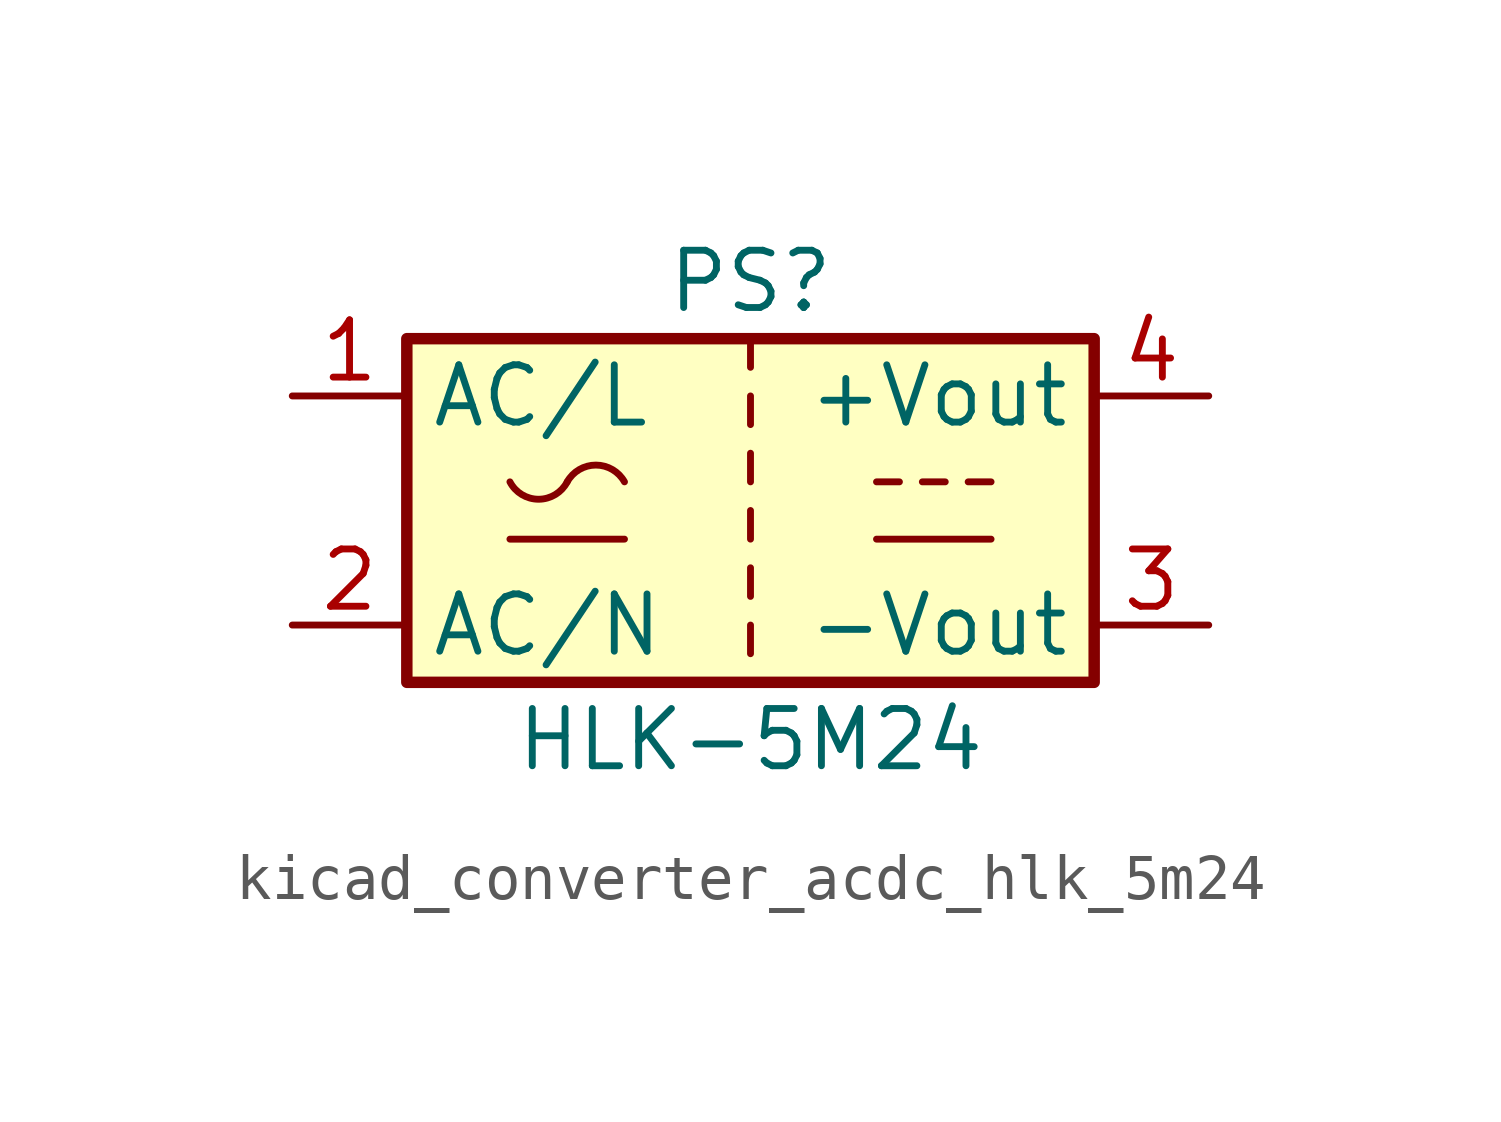
<source format=kicad_sym>
(kicad_symbol_lib
  (version 20220914)
  (generator kicad_symbol_editor)
  (symbol "kicad_converter_acdc_hlk_5m24"
    (property "Reference" "PS"
      (at 0 5.08 0)
      (effects (font (size 1.27 1.27))))
    (property "Value" "HLK-5M24"
      (at 0 -5.08 0)
      (effects (font (size 1.27 1.27))))
    (symbol "kicad_converter_acdc_hlk_5m24_0_1"
      (rectangle (start -7.62 3.81) (end 7.62 -3.81) (stroke (width 0.254) (type default)) (fill (type background)))
      (arc (start -5.334 0.635) (mid -4.699 0.2495) (end -4.064 0.635) (stroke (width 0) (type default)) (fill (type none)))
      (arc (start -2.794 0.635) (mid -3.429 1.0072) (end -4.064 0.635) (stroke (width 0) (type default)) (fill (type none)))
      (polyline (pts (xy -5.334 -0.635) (xy -2.794 -0.635)) (stroke (width 0) (type default)) (fill (type none)))
      (polyline (pts (xy 0 -2.54) (xy 0 -3.175)) (stroke (width 0) (type default)) (fill (type none)))
      (polyline (pts (xy 0 -1.27) (xy 0 -1.905)) (stroke (width 0) (type default)) (fill (type none)))
      (polyline (pts (xy 0 0) (xy 0 -0.635)) (stroke (width 0) (type default)) (fill (type none)))
      (polyline (pts (xy 0 1.27) (xy 0 0.635)) (stroke (width 0) (type default)) (fill (type none)))
      (polyline (pts (xy 0 2.54) (xy 0 1.905)) (stroke (width 0) (type default)) (fill (type none)))
      (polyline (pts (xy 0 3.81) (xy 0 3.175)) (stroke (width 0) (type default)) (fill (type none)))
      (polyline (pts (xy 2.794 -0.635) (xy 5.334 -0.635)) (stroke (width 0) (type default)) (fill (type none)))
      (polyline (pts (xy 2.794 0.635) (xy 3.302 0.635)) (stroke (width 0) (type default)) (fill (type none)))
      (polyline (pts (xy 3.81 0.635) (xy 4.318 0.635)) (stroke (width 0) (type default)) (fill (type none)))
      (polyline (pts (xy 4.826 0.635) (xy 5.334 0.635)) (stroke (width 0) (type default)) (fill (type none))))
    (symbol "kicad_converter_acdc_hlk_5m24_1_1"
      (pin power_in line (at -10.16 2.54 0) (length 2.54) (name "AC/L" (effects (font (size 1.27 1.27)))) (number "1" (effects (font (size 1.27 1.27)))))
      (pin power_in line (at -10.16 -2.54 0) (length 2.54) (name "AC/N" (effects (font (size 1.27 1.27)))) (number "2" (effects (font (size 1.27 1.27)))))
      (pin power_out line (at 10.16 -2.54 180) (length 2.54) (name "-Vout" (effects (font (size 1.27 1.27)))) (number "3" (effects (font (size 1.27 1.27)))))
      (pin power_out line (at 10.16 2.54 180) (length 2.54) (name "+Vout" (effects (font (size 1.27 1.27)))) (number "4" (effects (font (size 1.27 1.27))))))))
</source>
